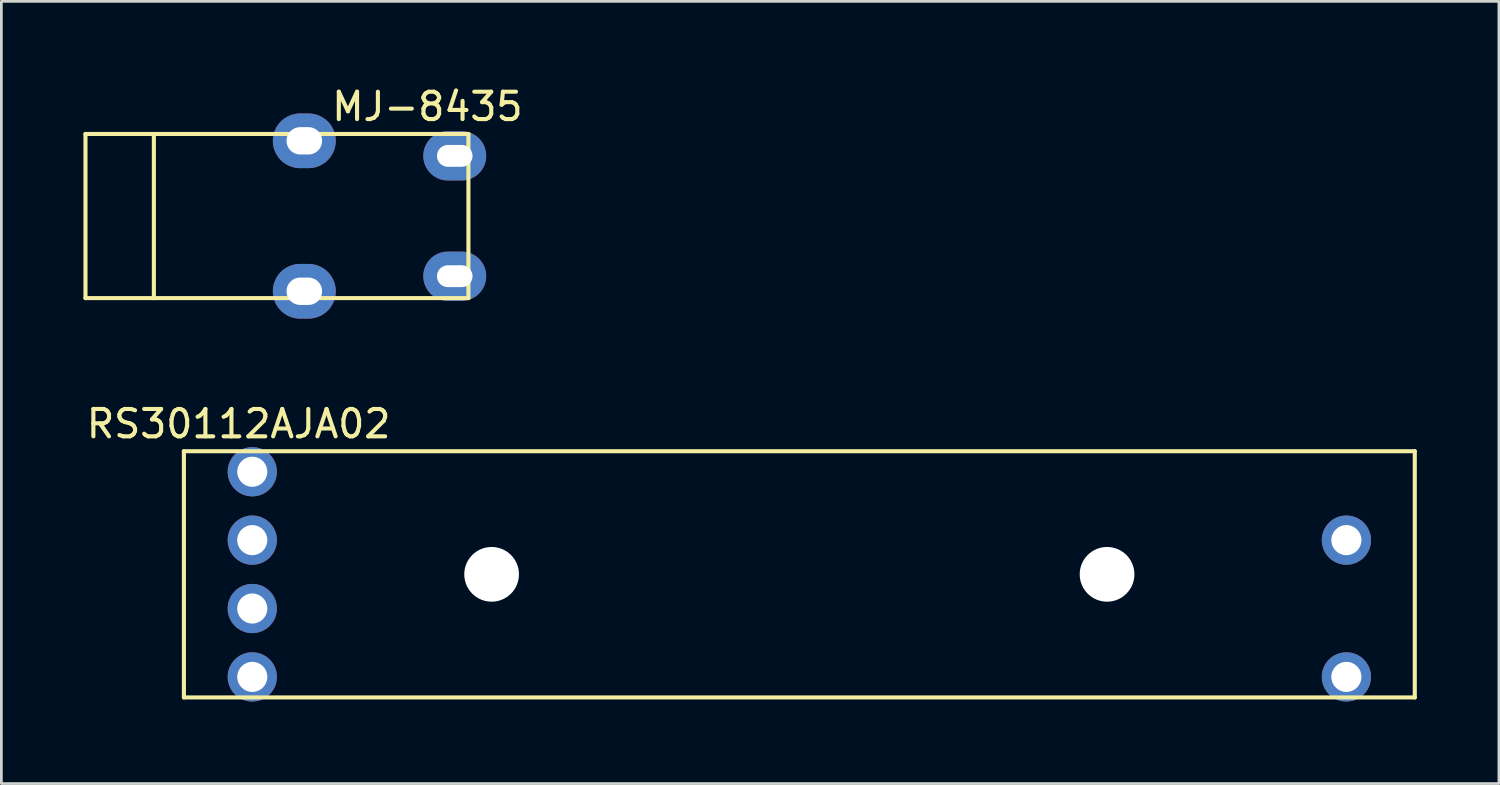
<source format=kicad_pcb>
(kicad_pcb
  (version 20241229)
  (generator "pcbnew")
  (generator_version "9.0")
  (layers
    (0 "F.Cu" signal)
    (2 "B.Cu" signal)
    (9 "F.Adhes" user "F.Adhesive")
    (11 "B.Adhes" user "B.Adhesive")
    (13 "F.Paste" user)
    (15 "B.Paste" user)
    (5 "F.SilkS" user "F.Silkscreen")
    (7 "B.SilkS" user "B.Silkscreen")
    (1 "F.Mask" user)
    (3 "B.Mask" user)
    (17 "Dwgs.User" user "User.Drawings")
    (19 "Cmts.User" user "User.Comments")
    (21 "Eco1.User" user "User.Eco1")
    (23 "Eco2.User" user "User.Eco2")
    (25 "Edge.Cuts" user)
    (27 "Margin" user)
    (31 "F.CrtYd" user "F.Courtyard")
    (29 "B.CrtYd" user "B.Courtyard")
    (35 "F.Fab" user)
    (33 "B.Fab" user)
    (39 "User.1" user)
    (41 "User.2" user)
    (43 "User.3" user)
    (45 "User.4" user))
  (footprint "RS30112AJA02"
    (layer "F.Cu")
    (at 26.173 17.947)
    (property "Reference" "RS30112AJA02" (at -20.5 -5.5 0) (layer "F.SilkS") (effects (font (size 1 1) (thickness 0.15))))
    (attr through_hole)
    (fp_line (start -22.5 -4.5) (end 22.5 -4.5) (stroke (width 0.15) (type solid)) (layer "F.SilkS"))
    (fp_line (start -22.5 4.5) (end -22.5 -4.5) (stroke (width 0.15) (type solid)) (layer "F.SilkS"))
    (fp_line (start 22.5 -4.5) (end 22.5 4.5) (stroke (width 0.15) (type solid)) (layer "F.SilkS"))
    (fp_line (start 22.5 4.5) (end -22.5 4.5) (stroke (width 0.15) (type solid)) (layer "F.SilkS"))
    (pad "" np_thru_hole circle (at -11.25 0) (size 2 2) (drill 2) (layers "*.Cu" "*.Mask"))
    (pad "" np_thru_hole circle (at 11.25 0) (size 2 2) (drill 2) (layers "*.Cu" "*.Mask"))
    (pad "1" thru_hole circle (at -20 -1.25) (size 1.8 1.8) (drill 1.1) (layers "*.Cu" "*.Mask"))
    (pad "2" thru_hole circle (at -20 -3.75) (size 1.8 1.8) (drill 1.1) (layers "*.Cu" "*.Mask"))
    (pad "3" thru_hole circle (at 20 -1.25) (size 1.8 1.8) (drill 1.1) (layers "*.Cu" "*.Mask"))
    (pad "4" thru_hole circle (at -20 3.75) (size 1.8 1.8) (drill 1.1) (layers "*.Cu" "*.Mask"))
    (pad "5" thru_hole circle (at -20 1.25) (size 1.8 1.8) (drill 1.1) (layers "*.Cu" "*.Mask"))
    (pad "6" thru_hole circle (at 20 3.75) (size 1.8 1.8) (drill 1.1) (layers "*.Cu" "*.Mask")))
  (footprint "MJ-8435"
    (layer "F.Cu")
    (at 7.075 4.848)
    (property "Reference" "MJ-8435" (at 5.5 -4 0) (layer "F.SilkS") (effects (font (size 1 1) (thickness 0.15))))
    (attr through_hole)
    (fp_line (start -7 -3) (end 7 -3) (stroke (width 0.15) (type solid)) (layer "F.SilkS"))
    (fp_line (start -7 3) (end -7 -3) (stroke (width 0.15) (type solid)) (layer "F.SilkS"))
    (fp_line (start -4.5 3) (end -4.5 -3) (stroke (width 0.15) (type solid)) (layer "F.SilkS"))
    (fp_line (start 7 -3) (end 7 3) (stroke (width 0.15) (type solid)) (layer "F.SilkS"))
    (fp_line (start 7 3) (end -7 3) (stroke (width 0.15) (type solid)) (layer "F.SilkS"))
    (pad "R" thru_hole oval (at 6.5 -2.2) (size 2.3 1.8) (drill oval 1.3 0.8) (layers "*.Cu" "*.Mask"))
    (pad "S" thru_hole oval (at 6.5 2.2) (size 2.3 1.8) (drill oval 1.3 0.8) (layers "*.Cu" "*.Mask"))
    (pad "T" thru_hole oval (at 1 -2.75) (size 2.3 2) (drill oval 1.3 1) (layers "*.Cu" "*.Mask"))
    (pad "T" thru_hole oval (at 1 2.75) (size 2.3 2) (drill oval 1.3 1) (layers "*.Cu" "*.Mask")))
  (gr_rect
    (start -3 -3)
    (end 51.748 25.596)
    (stroke (width 0.1) (type default))
    (fill no)
    (layer "Edge.Cuts")))
</source>
